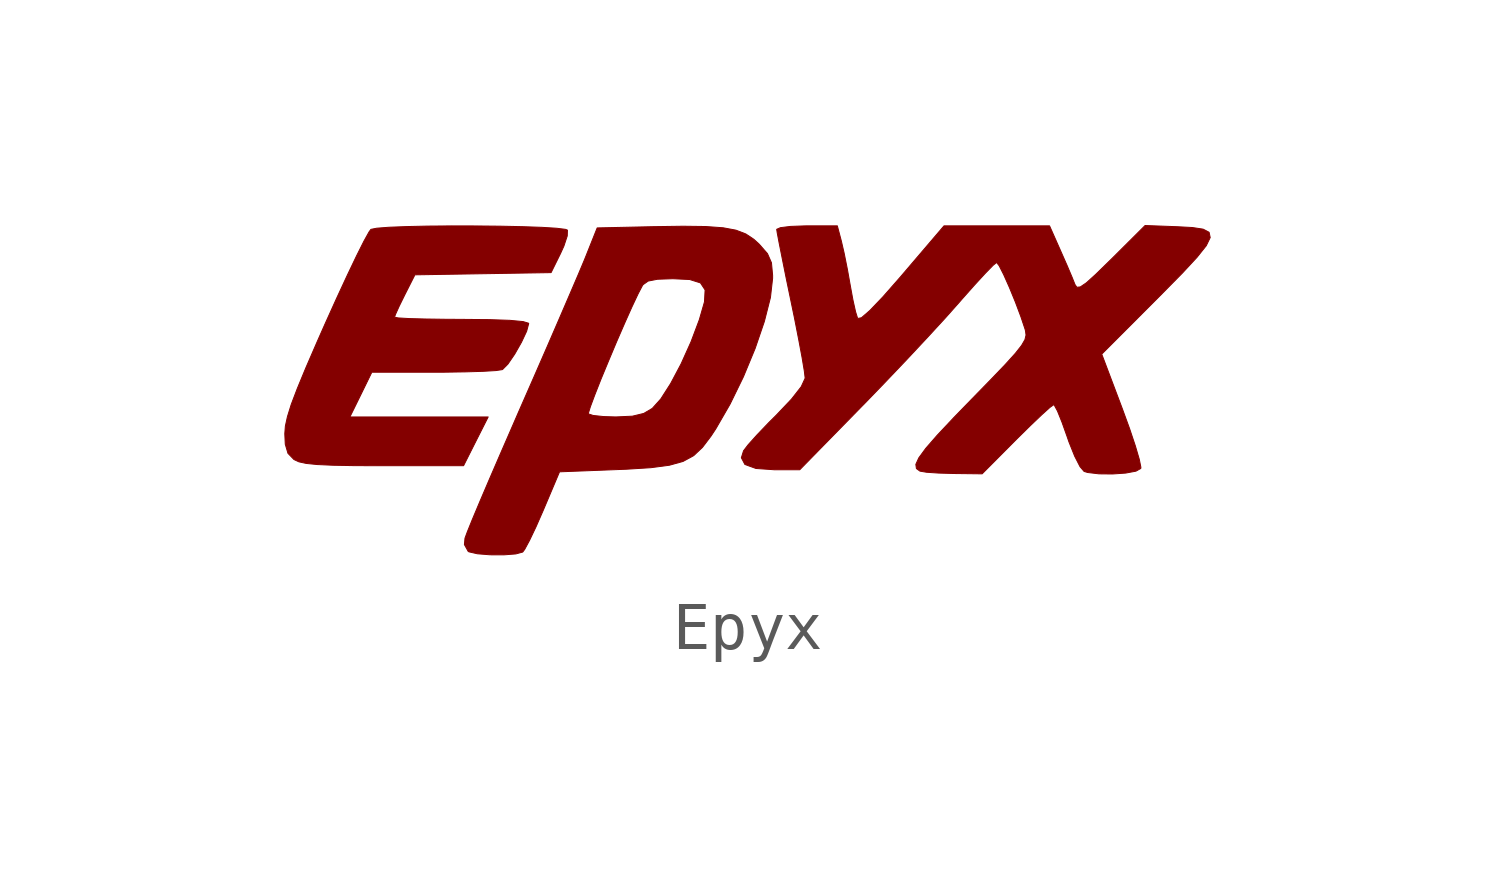
<source format=kicad_sym>
(kicad_symbol_lib
  (version 20211014)
  (generator kicad_symbol_editor)
  (symbol "Epyx"
    (pin_names
      (offset 1.016))
    (property "Reference" "#G"
      (at 0 2.752 0)
      (effects (font (size 1.27 1.27)) hide))
    (symbol "Epyx_0_0"
      (polyline (pts (xy -5.673 -1.101) (xy -5.416 -0.593) (xy -8.296 -0.593) (xy -8.067 -0.127) (xy -7.839 0.339) (xy -6.551 0.339) (xy -6.327 0.339) (xy -5.89 0.346) (xy -5.521 0.357) (xy -5.255 0.373) (xy -5.125 0.392) (xy -5.116 0.396) (xy -5.005 0.508) (xy -4.863 0.716) (xy -4.723 0.962) (xy -4.615 1.192) (xy -4.572 1.352) (xy -4.575 1.359) (xy -4.688 1.393) (xy -4.962 1.419) (xy -5.391 1.434) (xy -5.969 1.439) (xy -6.309 1.441) (xy -6.73 1.447) (xy -7.065 1.456) (xy -7.286 1.469) (xy -7.366 1.484) (xy -7.348 1.539) (xy -7.271 1.71) (xy -7.154 1.948) (xy -6.942 2.367) (xy -5.524 2.39) (xy -4.106 2.413) (xy -3.909 2.812) (xy -3.839 2.966) (xy -3.769 3.178) (xy -3.765 3.298) (xy -3.805 3.314) (xy -3.989 3.337) (xy -4.296 3.356) (xy -4.698 3.37) (xy -5.165 3.38) (xy -5.67 3.385) (xy -6.182 3.386) (xy -6.674 3.382) (xy -7.116 3.372) (xy -7.48 3.358) (xy -7.737 3.338) (xy -7.858 3.314) (xy -7.897 3.261) (xy -8.003 3.07) (xy -8.158 2.761) (xy -8.351 2.357) (xy -8.572 1.88) (xy -8.811 1.351) (xy -8.975 0.98) (xy -9.214 0.429) (xy -9.392 -0.002) (xy -9.518 -0.333) (xy -9.597 -0.587) (xy -9.64 -0.783) (xy -9.652 -0.943) (xy -9.642 -1.162) (xy -9.586 -1.351) (xy -9.464 -1.477) (xy -9.457 -1.482) (xy -9.358 -1.528) (xy -9.207 -1.561) (xy -8.979 -1.584) (xy -8.651 -1.599) (xy -8.2 -1.607) (xy -7.602 -1.609) (xy -5.929 -1.609) (xy -5.673 -1.101)) (stroke (width 0.01) (type default) (color 0 0 0 0)) (fill (type outline)))
      (polyline (pts (xy -4.841 -3.446) (xy -4.697 -3.407) (xy -4.656 -3.352) (xy -4.555 -3.165) (xy -4.42 -2.882) (xy -4.27 -2.54) (xy -3.93 -1.736) (xy -2.748 -1.69) (xy -2.542 -1.682) (xy -2.028 -1.65) (xy -1.643 -1.599) (xy -1.356 -1.519) (xy -1.136 -1.399) (xy -0.954 -1.228) (xy -0.777 -0.995) (xy -0.676 -0.842) (xy -0.377 -0.324) (xy -0.099 0.246) (xy 0.144 0.833) (xy 0.336 1.395) (xy 0.463 1.895) (xy 0.508 2.294) (xy 0.508 2.357) (xy 0.484 2.619) (xy 0.401 2.808) (xy 0.228 3.006) (xy 0.117 3.107) (xy -0.05 3.218) (xy -0.255 3.297) (xy -0.523 3.347) (xy -0.882 3.373) (xy -1.357 3.379) (xy -1.975 3.37) (xy -3.146 3.344) (xy -3.382 2.752) (xy -3.418 2.663) (xy -3.54 2.373) (xy -3.715 1.965) (xy -3.932 1.461) (xy -4.181 0.886) (xy -4.452 0.265) (xy -4.734 -0.378) (xy -4.794 -0.515) (xy -3.329 -0.515) (xy -3.288 -0.382) (xy -3.196 -0.135) (xy -3.066 0.195) (xy -2.909 0.574) (xy -2.741 0.974) (xy -2.573 1.361) (xy -2.419 1.705) (xy -2.292 1.974) (xy -2.206 2.138) (xy -2.19 2.162) (xy -2.084 2.237) (xy -1.89 2.275) (xy -1.569 2.286) (xy -1.218 2.269) (xy -0.995 2.199) (xy -0.898 2.052) (xy -0.911 1.804) (xy -1.019 1.43) (xy -1.191 0.973) (xy -1.398 0.513) (xy -1.615 0.104) (xy -1.821 -0.218) (xy -1.998 -0.415) (xy -2.176 -0.52) (xy -2.412 -0.577) (xy -2.758 -0.593) (xy -3.014 -0.585) (xy -3.231 -0.562) (xy -3.329 -0.529) (xy -3.329 -0.515) (xy -4.794 -0.515) (xy -4.896 -0.75) (xy -5.156 -1.347) (xy -5.391 -1.891) (xy -5.591 -2.359) (xy -5.748 -2.733) (xy -5.853 -2.993) (xy -5.899 -3.118) (xy -5.911 -3.252) (xy -5.832 -3.394) (xy -5.815 -3.403) (xy -5.64 -3.443) (xy -5.376 -3.464) (xy -5.088 -3.465) (xy -4.841 -3.446)) (stroke (width 0.01) (type default) (color 0 0 0 0)) (fill (type outline)))
      (polyline (pts (xy 7.862 -1.762) (xy 8.076 -1.722) (xy 8.176 -1.666) (xy 8.178 -1.641) (xy 8.145 -1.476) (xy 8.063 -1.196) (xy 7.942 -0.834) (xy 7.791 -0.42) (xy 7.363 0.715) (xy 8.516 1.87) (xy 8.621 1.976) (xy 9.043 2.404) (xy 9.348 2.733) (xy 9.54 2.974) (xy 9.622 3.143) (xy 9.599 3.253) (xy 9.475 3.318) (xy 9.252 3.352) (xy 8.937 3.369) (xy 8.266 3.394) (xy 7.566 2.697) (xy 7.532 2.664) (xy 7.24 2.379) (xy 7.042 2.2) (xy 6.917 2.115) (xy 6.845 2.108) (xy 6.806 2.164) (xy 6.748 2.31) (xy 6.641 2.562) (xy 6.511 2.857) (xy 6.276 3.387) (xy 4.078 3.387) (xy 3.208 2.368) (xy 3.169 2.322) (xy 2.804 1.907) (xy 2.533 1.624) (xy 2.358 1.473) (xy 2.28 1.458) (xy 2.279 1.459) (xy 2.236 1.597) (xy 2.18 1.848) (xy 2.123 2.159) (xy 2.066 2.478) (xy 1.998 2.818) (xy 1.94 3.069) (xy 1.856 3.387) (xy 1.224 3.387) (xy 1.168 3.386) (xy 0.876 3.375) (xy 0.67 3.349) (xy 0.593 3.315) (xy 0.603 3.248) (xy 0.643 3.036) (xy 0.708 2.709) (xy 0.791 2.296) (xy 0.889 1.826) (xy 0.963 1.469) (xy 1.051 1.02) (xy 1.122 0.642) (xy 1.168 0.366) (xy 1.185 0.224) (xy 1.184 0.21) (xy 1.104 0.037) (xy 0.901 -0.222) (xy 0.587 -0.553) (xy 0.429 -0.71) (xy 0.184 -0.966) (xy -0.002 -1.173) (xy -0.097 -1.297) (xy -0.143 -1.443) (xy -0.069 -1.583) (xy 0.16 -1.666) (xy 0.547 -1.693) (xy 1.073 -1.693) (xy 2.378 -0.36) (xy 2.416 -0.322) (xy 2.858 0.136) (xy 3.31 0.611) (xy 3.739 1.07) (xy 4.113 1.477) (xy 4.399 1.799) (xy 4.444 1.851) (xy 4.712 2.153) (xy 4.938 2.399) (xy 5.099 2.564) (xy 5.173 2.625) (xy 5.226 2.557) (xy 5.321 2.37) (xy 5.44 2.103) (xy 5.565 1.798) (xy 5.679 1.494) (xy 5.766 1.234) (xy 5.775 1.2) (xy 5.786 1.112) (xy 5.764 1.018) (xy 5.694 0.897) (xy 5.563 0.731) (xy 5.356 0.502) (xy 5.058 0.191) (xy 4.655 -0.222) (xy 4.28 -0.608) (xy 3.937 -0.973) (xy 3.698 -1.247) (xy 3.553 -1.445) (xy 3.491 -1.581) (xy 3.503 -1.668) (xy 3.577 -1.722) (xy 3.578 -1.722) (xy 3.714 -1.745) (xy 3.965 -1.762) (xy 4.277 -1.771) (xy 4.872 -1.778) (xy 5.588 -1.058) (xy 5.589 -1.057) (xy 5.872 -0.778) (xy 6.111 -0.55) (xy 6.283 -0.395) (xy 6.362 -0.339) (xy 6.375 -0.348) (xy 6.441 -0.47) (xy 6.535 -0.703) (xy 6.644 -1.009) (xy 6.679 -1.111) (xy 6.799 -1.41) (xy 6.911 -1.629) (xy 6.996 -1.728) (xy 7.07 -1.75) (xy 7.305 -1.778) (xy 7.587 -1.781) (xy 7.862 -1.762)) (stroke (width 0.01) (type default) (color 0 0 0 0)) (fill (type outline))))))
</source>
